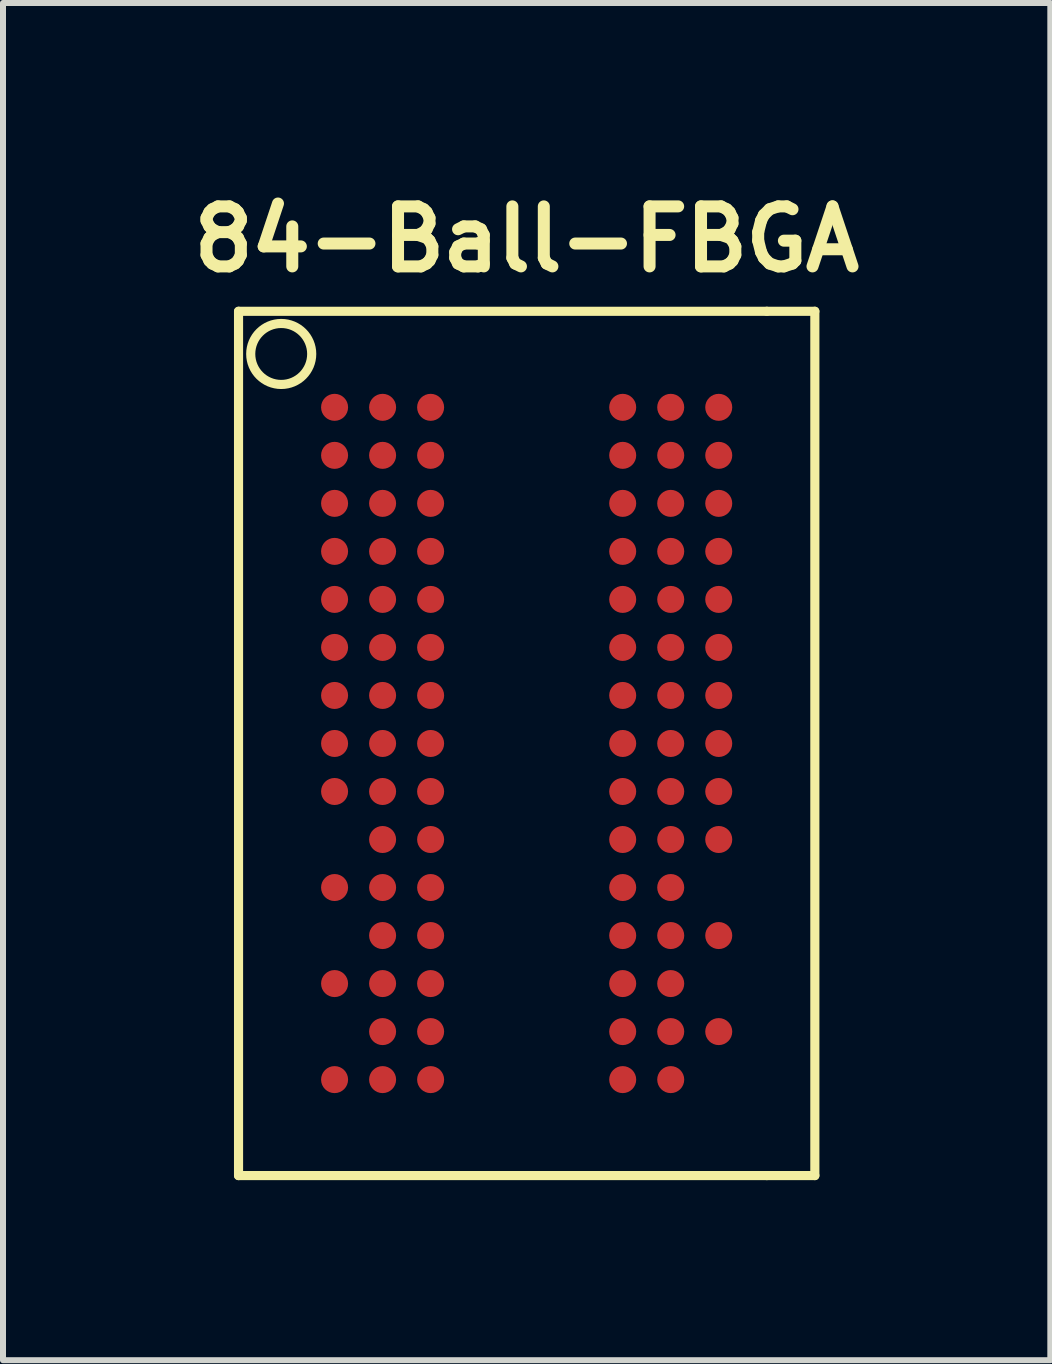
<source format=kicad_pcb>
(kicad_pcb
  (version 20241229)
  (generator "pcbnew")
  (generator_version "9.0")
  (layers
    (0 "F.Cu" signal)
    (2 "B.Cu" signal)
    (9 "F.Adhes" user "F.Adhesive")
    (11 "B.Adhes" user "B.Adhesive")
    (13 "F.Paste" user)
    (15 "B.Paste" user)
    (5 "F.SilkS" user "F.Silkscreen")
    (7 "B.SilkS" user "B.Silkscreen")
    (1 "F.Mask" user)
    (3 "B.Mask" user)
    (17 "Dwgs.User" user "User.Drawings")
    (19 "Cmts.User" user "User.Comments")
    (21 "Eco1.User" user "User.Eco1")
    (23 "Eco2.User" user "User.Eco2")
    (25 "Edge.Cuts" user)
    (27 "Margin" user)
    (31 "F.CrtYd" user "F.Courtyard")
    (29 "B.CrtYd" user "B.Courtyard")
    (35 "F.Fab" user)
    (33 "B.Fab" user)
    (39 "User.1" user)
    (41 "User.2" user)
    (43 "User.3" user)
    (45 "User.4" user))
  (footprint "84-Ball-FBGA"
    (layer "F.Cu")
    (at 2.524 3.736)
    (property "Reference" "84-Ball-FBGA" (at 3.2 -2.8 0) (layer "F.SilkS") (effects (font (size 1 1) (thickness 0.2))))
    (attr through_hole)
    (fp_line (start -1.6 -1.6) (end 7.201 -1.6) (stroke (width 0.152) (type solid)) (layer "F.SilkS"))
    (fp_line (start -1.6 12.799) (end -1.6 -1.6) (stroke (width 0.152) (type solid)) (layer "F.SilkS"))
    (fp_line (start 7.201 12.799) (end -1.6 12.799) (stroke (width 0.152) (type solid)) (layer "F.SilkS"))
    (fp_line (start 8.001 -1.6) (end 7.201 -1.6) (stroke (width 0.152) (type solid)) (layer "F.SilkS"))
    (fp_line (start 8.001 -1.6) (end 8.001 12.799) (stroke (width 0.152) (type solid)) (layer "F.SilkS"))
    (fp_line (start 8.001 12.799) (end 7.201 12.799) (stroke (width 0.152) (type solid)) (layer "F.SilkS"))
    (fp_circle (center -0.889 -0.889) (end -0.381 -0.889) (stroke (width 0.152) (type solid)) (fill no) (layer "F.SilkS"))
    (pad "A1" smd circle (at 0 0) (size 0.45 0.45) (layers "F.Cu" "F.Mask" "F.Paste"))
    (pad "A2" smd circle (at 0.8 0) (size 0.45 0.45) (layers "F.Cu" "F.Mask" "F.Paste"))
    (pad "A3" smd circle (at 1.6 0) (size 0.45 0.45) (layers "F.Cu" "F.Mask" "F.Paste"))
    (pad "A7" smd circle (at 4.8 0) (size 0.45 0.45) (layers "F.Cu" "F.Mask" "F.Paste"))
    (pad "A8" smd circle (at 5.6 0) (size 0.45 0.45) (layers "F.Cu" "F.Mask" "F.Paste"))
    (pad "A9" smd circle (at 6.4 0) (size 0.45 0.45) (layers "F.Cu" "F.Mask" "F.Paste"))
    (pad "B1" smd circle (at 0 0.8) (size 0.45 0.45) (layers "F.Cu" "F.Mask" "F.Paste"))
    (pad "B2" smd circle (at 0.8 0.8) (size 0.45 0.45) (layers "F.Cu" "F.Mask" "F.Paste"))
    (pad "B3" smd circle (at 1.6 0.8) (size 0.45 0.45) (layers "F.Cu" "F.Mask" "F.Paste"))
    (pad "B7" smd circle (at 4.8 0.8) (size 0.45 0.45) (layers "F.Cu" "F.Mask" "F.Paste"))
    (pad "B8" smd circle (at 5.6 0.8) (size 0.45 0.45) (layers "F.Cu" "F.Mask" "F.Paste"))
    (pad "B9" smd circle (at 6.4 0.8) (size 0.45 0.45) (layers "F.Cu" "F.Mask" "F.Paste"))
    (pad "C1" smd circle (at 0 1.6) (size 0.45 0.45) (layers "F.Cu" "F.Mask" "F.Paste"))
    (pad "C2" smd circle (at 0.8 1.6) (size 0.45 0.45) (layers "F.Cu" "F.Mask" "F.Paste"))
    (pad "C3" smd circle (at 1.6 1.6) (size 0.45 0.45) (layers "F.Cu" "F.Mask" "F.Paste"))
    (pad "C7" smd circle (at 4.8 1.6) (size 0.45 0.45) (layers "F.Cu" "F.Mask" "F.Paste"))
    (pad "C8" smd circle (at 5.6 1.6) (size 0.45 0.45) (layers "F.Cu" "F.Mask" "F.Paste"))
    (pad "C9" smd circle (at 6.4 1.6) (size 0.45 0.45) (layers "F.Cu" "F.Mask" "F.Paste"))
    (pad "D1" smd circle (at 0 2.4) (size 0.45 0.45) (layers "F.Cu" "F.Mask" "F.Paste"))
    (pad "D2" smd circle (at 0.8 2.4) (size 0.45 0.45) (layers "F.Cu" "F.Mask" "F.Paste"))
    (pad "D3" smd circle (at 1.6 2.4) (size 0.45 0.45) (layers "F.Cu" "F.Mask" "F.Paste"))
    (pad "D7" smd circle (at 4.8 2.4) (size 0.45 0.45) (layers "F.Cu" "F.Mask" "F.Paste"))
    (pad "D8" smd circle (at 5.6 2.4) (size 0.45 0.45) (layers "F.Cu" "F.Mask" "F.Paste"))
    (pad "D9" smd circle (at 6.4 2.4) (size 0.45 0.45) (layers "F.Cu" "F.Mask" "F.Paste"))
    (pad "E1" smd circle (at 0 3.2) (size 0.45 0.45) (layers "F.Cu" "F.Mask" "F.Paste"))
    (pad "E2" smd circle (at 0.8 3.2) (size 0.45 0.45) (layers "F.Cu" "F.Mask" "F.Paste"))
    (pad "E3" smd circle (at 1.6 3.2) (size 0.45 0.45) (layers "F.Cu" "F.Mask" "F.Paste"))
    (pad "E7" smd circle (at 4.8 3.2) (size 0.45 0.45) (layers "F.Cu" "F.Mask" "F.Paste"))
    (pad "E8" smd circle (at 5.6 3.2) (size 0.45 0.45) (layers "F.Cu" "F.Mask" "F.Paste"))
    (pad "E9" smd circle (at 6.4 3.2) (size 0.45 0.45) (layers "F.Cu" "F.Mask" "F.Paste"))
    (pad "F1" smd circle (at 0 4) (size 0.45 0.45) (layers "F.Cu" "F.Mask" "F.Paste"))
    (pad "F2" smd circle (at 0.8 4) (size 0.45 0.45) (layers "F.Cu" "F.Mask" "F.Paste"))
    (pad "F3" smd circle (at 1.6 4) (size 0.45 0.45) (layers "F.Cu" "F.Mask" "F.Paste"))
    (pad "F7" smd circle (at 4.8 4) (size 0.45 0.45) (layers "F.Cu" "F.Mask" "F.Paste"))
    (pad "F8" smd circle (at 5.6 4) (size 0.45 0.45) (layers "F.Cu" "F.Mask" "F.Paste"))
    (pad "F9" smd circle (at 6.4 4) (size 0.45 0.45) (layers "F.Cu" "F.Mask" "F.Paste"))
    (pad "G1" smd circle (at 0 4.8) (size 0.45 0.45) (layers "F.Cu" "F.Mask" "F.Paste"))
    (pad "G2" smd circle (at 0.8 4.8) (size 0.45 0.45) (layers "F.Cu" "F.Mask" "F.Paste"))
    (pad "G3" smd circle (at 1.6 4.8) (size 0.45 0.45) (layers "F.Cu" "F.Mask" "F.Paste"))
    (pad "G7" smd circle (at 4.8 4.8) (size 0.45 0.45) (layers "F.Cu" "F.Mask" "F.Paste"))
    (pad "G8" smd circle (at 5.6 4.8) (size 0.45 0.45) (layers "F.Cu" "F.Mask" "F.Paste"))
    (pad "G9" smd circle (at 6.4 4.8) (size 0.45 0.45) (layers "F.Cu" "F.Mask" "F.Paste"))
    (pad "H1" smd circle (at 0 5.6) (size 0.45 0.45) (layers "F.Cu" "F.Mask" "F.Paste"))
    (pad "H2" smd circle (at 0.8 5.6) (size 0.45 0.45) (layers "F.Cu" "F.Mask" "F.Paste"))
    (pad "H3" smd circle (at 1.6 5.6) (size 0.45 0.45) (layers "F.Cu" "F.Mask" "F.Paste"))
    (pad "H7" smd circle (at 4.8 5.6) (size 0.45 0.45) (layers "F.Cu" "F.Mask" "F.Paste"))
    (pad "H8" smd circle (at 5.6 5.6) (size 0.45 0.45) (layers "F.Cu" "F.Mask" "F.Paste"))
    (pad "H9" smd circle (at 6.4 5.6) (size 0.45 0.45) (layers "F.Cu" "F.Mask" "F.Paste"))
    (pad "J1" smd circle (at 0 6.4) (size 0.45 0.45) (layers "F.Cu" "F.Mask" "F.Paste"))
    (pad "J2" smd circle (at 0.8 6.4) (size 0.45 0.45) (layers "F.Cu" "F.Mask" "F.Paste"))
    (pad "J3" smd circle (at 1.6 6.4) (size 0.45 0.45) (layers "F.Cu" "F.Mask" "F.Paste"))
    (pad "J7" smd circle (at 4.8 6.4) (size 0.45 0.45) (layers "F.Cu" "F.Mask" "F.Paste"))
    (pad "J8" smd circle (at 5.6 6.4) (size 0.45 0.45) (layers "F.Cu" "F.Mask" "F.Paste"))
    (pad "J9" smd circle (at 6.4 6.4) (size 0.45 0.45) (layers "F.Cu" "F.Mask" "F.Paste"))
    (pad "K2" smd circle (at 0.8 7.2) (size 0.45 0.45) (layers "F.Cu" "F.Mask" "F.Paste"))
    (pad "K3" smd circle (at 1.6 7.2) (size 0.45 0.45) (layers "F.Cu" "F.Mask" "F.Paste"))
    (pad "K7" smd circle (at 4.8 7.2) (size 0.45 0.45) (layers "F.Cu" "F.Mask" "F.Paste"))
    (pad "K8" smd circle (at 5.6 7.2) (size 0.45 0.45) (layers "F.Cu" "F.Mask" "F.Paste"))
    (pad "K9" smd circle (at 6.4 7.2) (size 0.45 0.45) (layers "F.Cu" "F.Mask" "F.Paste"))
    (pad "L1" smd circle (at 0 8) (size 0.45 0.45) (layers "F.Cu" "F.Mask" "F.Paste"))
    (pad "L2" smd circle (at 0.8 8) (size 0.45 0.45) (layers "F.Cu" "F.Mask" "F.Paste"))
    (pad "L3" smd circle (at 1.6 8) (size 0.45 0.45) (layers "F.Cu" "F.Mask" "F.Paste"))
    (pad "L7" smd circle (at 4.8 8) (size 0.45 0.45) (layers "F.Cu" "F.Mask" "F.Paste"))
    (pad "L8" smd circle (at 5.6 8) (size 0.45 0.45) (layers "F.Cu" "F.Mask" "F.Paste"))
    (pad "M2" smd circle (at 0.8 8.8) (size 0.45 0.45) (layers "F.Cu" "F.Mask" "F.Paste"))
    (pad "M3" smd circle (at 1.6 8.8) (size 0.45 0.45) (layers "F.Cu" "F.Mask" "F.Paste"))
    (pad "M7" smd circle (at 4.8 8.8) (size 0.45 0.45) (layers "F.Cu" "F.Mask" "F.Paste"))
    (pad "M8" smd circle (at 5.6 8.8) (size 0.45 0.45) (layers "F.Cu" "F.Mask" "F.Paste"))
    (pad "M9" smd circle (at 6.4 8.8) (size 0.45 0.45) (layers "F.Cu" "F.Mask" "F.Paste"))
    (pad "N1" smd circle (at 0 9.6) (size 0.45 0.45) (layers "F.Cu" "F.Mask" "F.Paste"))
    (pad "N2" smd circle (at 0.8 9.6) (size 0.45 0.45) (layers "F.Cu" "F.Mask" "F.Paste"))
    (pad "N3" smd circle (at 1.6 9.6) (size 0.45 0.45) (layers "F.Cu" "F.Mask" "F.Paste"))
    (pad "N7" smd circle (at 4.8 9.6) (size 0.45 0.45) (layers "F.Cu" "F.Mask" "F.Paste"))
    (pad "N8" smd circle (at 5.6 9.6) (size 0.45 0.45) (layers "F.Cu" "F.Mask" "F.Paste"))
    (pad "P2" smd circle (at 0.8 10.4) (size 0.45 0.45) (layers "F.Cu" "F.Mask" "F.Paste"))
    (pad "P3" smd circle (at 1.6 10.4) (size 0.45 0.45) (layers "F.Cu" "F.Mask" "F.Paste"))
    (pad "P7" smd circle (at 4.8 10.4) (size 0.45 0.45) (layers "F.Cu" "F.Mask" "F.Paste"))
    (pad "P8" smd circle (at 5.6 10.4) (size 0.45 0.45) (layers "F.Cu" "F.Mask" "F.Paste"))
    (pad "P9" smd circle (at 6.4 10.4) (size 0.45 0.45) (layers "F.Cu" "F.Mask" "F.Paste"))
    (pad "R1" smd circle (at 0 11.2) (size 0.45 0.45) (layers "F.Cu" "F.Mask" "F.Paste"))
    (pad "R2" smd circle (at 0.8 11.2) (size 0.45 0.45) (layers "F.Cu" "F.Mask" "F.Paste"))
    (pad "R3" smd circle (at 1.6 11.2) (size 0.45 0.45) (layers "F.Cu" "F.Mask" "F.Paste"))
    (pad "R7" smd circle (at 4.8 11.2) (size 0.45 0.45) (layers "F.Cu" "F.Mask" "F.Paste"))
    (pad "R8" smd circle (at 5.6 11.2) (size 0.45 0.45) (layers "F.Cu" "F.Mask" "F.Paste")))
  (gr_rect
    (start -3 -3)
    (end 14.448 19.611)
    (stroke (width 0.1) (type default))
    (fill no)
    (layer "Edge.Cuts")))
</source>
